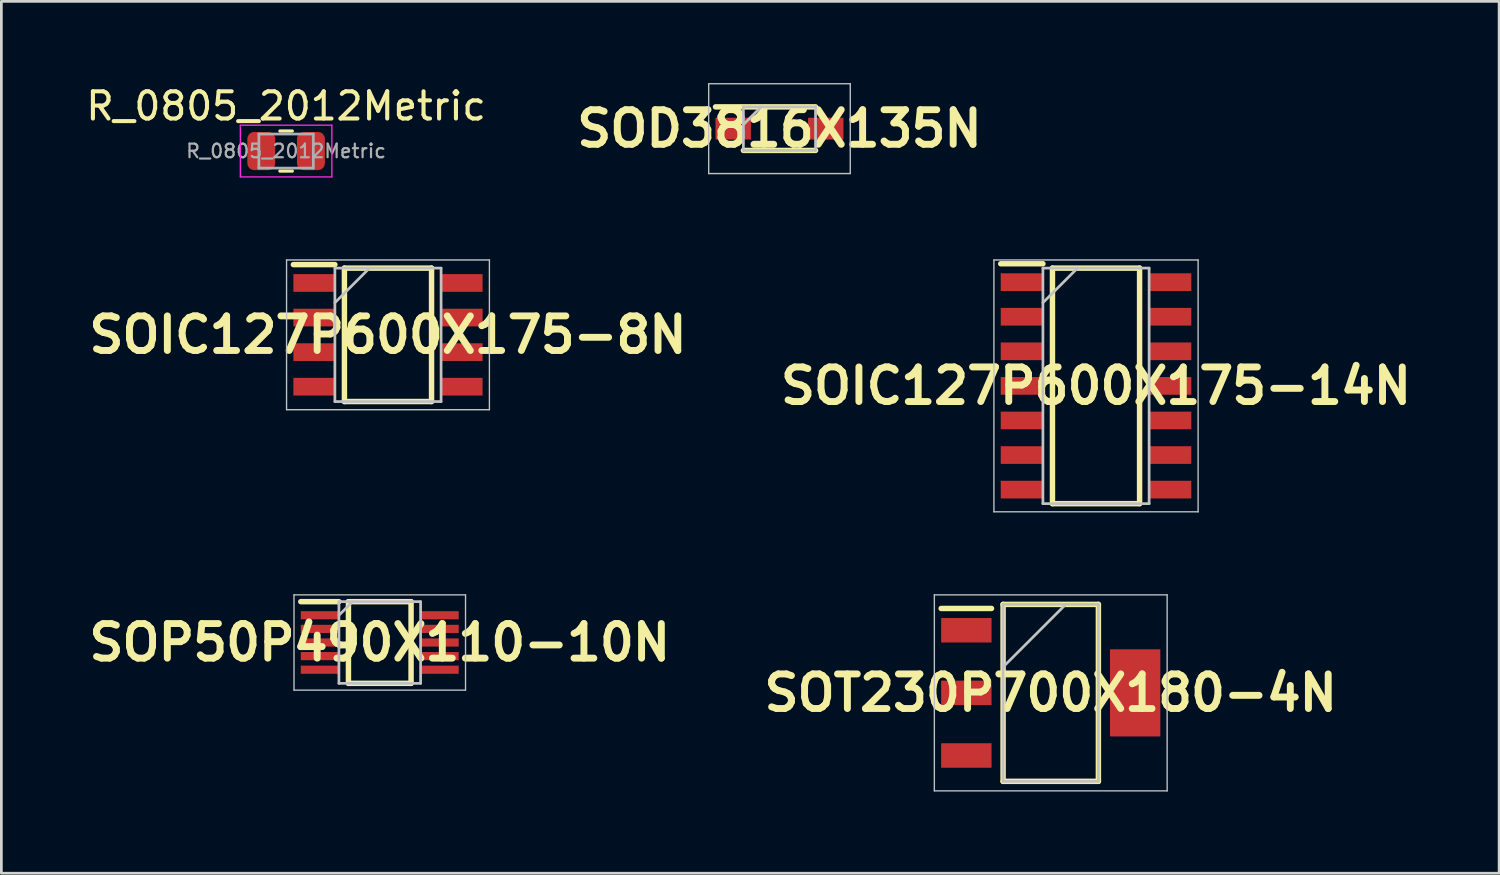
<source format=kicad_pcb>
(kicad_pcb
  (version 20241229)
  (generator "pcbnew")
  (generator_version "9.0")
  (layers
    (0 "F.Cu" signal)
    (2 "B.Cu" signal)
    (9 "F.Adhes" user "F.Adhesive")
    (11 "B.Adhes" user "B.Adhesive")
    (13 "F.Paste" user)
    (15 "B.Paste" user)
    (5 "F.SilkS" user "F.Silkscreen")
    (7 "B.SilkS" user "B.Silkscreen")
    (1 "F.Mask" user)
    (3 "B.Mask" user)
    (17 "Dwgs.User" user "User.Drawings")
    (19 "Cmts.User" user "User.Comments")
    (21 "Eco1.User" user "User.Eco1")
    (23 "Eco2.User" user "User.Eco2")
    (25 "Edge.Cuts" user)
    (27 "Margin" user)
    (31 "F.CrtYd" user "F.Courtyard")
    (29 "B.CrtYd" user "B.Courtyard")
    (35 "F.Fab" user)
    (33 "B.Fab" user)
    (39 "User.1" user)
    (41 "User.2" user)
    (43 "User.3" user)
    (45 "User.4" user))
  (footprint "R_0805_2012Metric"
    (layer "F.Cu")
    (at 7.458 2.498)
    (property "Reference" "R_0805_2012Metric" (at 0 -1.65 0) (layer "F.SilkS") (effects (font (size 1 1) (thickness 0.15))))
    (attr smd)
    (fp_line (start -0.227 -0.735) (end 0.227 -0.735) (stroke (width 0.12) (type solid)) (layer "F.SilkS"))
    (fp_line (start -0.227 0.735) (end 0.227 0.735) (stroke (width 0.12) (type solid)) (layer "F.SilkS"))
    (fp_line (start -1.68 -0.95) (end 1.68 -0.95) (stroke (width 0.05) (type solid)) (layer "F.CrtYd"))
    (fp_line (start -1.68 0.95) (end -1.68 -0.95) (stroke (width 0.05) (type solid)) (layer "F.CrtYd"))
    (fp_line (start 1.68 -0.95) (end 1.68 0.95) (stroke (width 0.05) (type solid)) (layer "F.CrtYd"))
    (fp_line (start 1.68 0.95) (end -1.68 0.95) (stroke (width 0.05) (type solid)) (layer "F.CrtYd"))
    (fp_line (start -1 -0.625) (end 1 -0.625) (stroke (width 0.1) (type solid)) (layer "F.Fab"))
    (fp_line (start -1 0.625) (end -1 -0.625) (stroke (width 0.1) (type solid)) (layer "F.Fab"))
    (fp_line (start 1 -0.625) (end 1 0.625) (stroke (width 0.1) (type solid)) (layer "F.Fab"))
    (fp_line (start 1 0.625) (end -1 0.625) (stroke (width 0.1) (type solid)) (layer "F.Fab"))
    (fp_text user "${REFERENCE}" (at 0 0 0) (layer "F.Fab") (effects (font (size 0.5 0.5) (thickness 0.08))))
    (pad "1" smd roundrect (at -0.912 0) (size 1.025 1.4) (layers "F.Cu" "F.Mask" "F.Paste") (roundrect_rratio 0.244))
    (pad "2" smd roundrect (at 0.912 0) (size 1.025 1.4) (layers "F.Cu" "F.Mask" "F.Paste") (roundrect_rratio 0.244)))
  (footprint "SOT230P700X180-4N"
    (layer "F.Cu")
    (at 35.542 22.398)
    (property "Reference" "SOT230P700X180-4N" (at 0 0 0) (layer "F.SilkS") (effects (font (size 1.27 1.27) (thickness 0.254))))
    (attr smd)
    (fp_line (start -4.025 -3.1) (end -2.175 -3.1) (stroke (width 0.2) (type solid)) (layer "F.SilkS"))
    (fp_line (start -1.75 -3.25) (end 1.75 -3.25) (stroke (width 0.2) (type solid)) (layer "F.SilkS"))
    (fp_line (start -1.75 3.25) (end -1.75 -3.25) (stroke (width 0.2) (type solid)) (layer "F.SilkS"))
    (fp_line (start 1.75 -3.25) (end 1.75 3.25) (stroke (width 0.2) (type solid)) (layer "F.SilkS"))
    (fp_line (start 1.75 3.25) (end -1.75 3.25) (stroke (width 0.2) (type solid)) (layer "F.SilkS"))
    (fp_line (start -4.275 -3.6) (end 4.275 -3.6) (stroke (width 0.05) (type solid)) (layer "Dwgs.User"))
    (fp_line (start -4.275 3.6) (end -4.275 -3.6) (stroke (width 0.05) (type solid)) (layer "Dwgs.User"))
    (fp_line (start -1.75 -3.25) (end 1.75 -3.25) (stroke (width 0.1) (type solid)) (layer "Dwgs.User"))
    (fp_line (start -1.75 -0.95) (end 0.55 -3.25) (stroke (width 0.1) (type solid)) (layer "Dwgs.User"))
    (fp_line (start -1.75 3.25) (end -1.75 -3.25) (stroke (width 0.1) (type solid)) (layer "Dwgs.User"))
    (fp_line (start 1.75 -3.25) (end 1.75 3.25) (stroke (width 0.1) (type solid)) (layer "Dwgs.User"))
    (fp_line (start 1.75 3.25) (end -1.75 3.25) (stroke (width 0.1) (type solid)) (layer "Dwgs.User"))
    (fp_line (start 4.275 -3.6) (end 4.275 3.6) (stroke (width 0.05) (type solid)) (layer "Dwgs.User"))
    (fp_line (start 4.275 3.6) (end -4.275 3.6) (stroke (width 0.05) (type solid)) (layer "Dwgs.User"))
    (pad "1" smd rect (at -3.1 -2.3 90) (size 0.9 1.85) (layers "F.Cu" "F.Mask" "F.Paste"))
    (pad "2" smd rect (at -3.1 0 90) (size 0.9 1.85) (layers "F.Cu" "F.Mask" "F.Paste"))
    (pad "3" smd rect (at -3.1 2.3 90) (size 0.9 1.85) (layers "F.Cu" "F.Mask" "F.Paste"))
    (pad "4" smd rect (at 3.1 0) (size 1.85 3.2) (layers "F.Cu" "F.Mask" "F.Paste")))
  (footprint "SOIC127P600X175-8N"
    (layer "F.Cu")
    (at 11.2 9.248)
    (property "Reference" "SOIC127P600X175-8N" (at 0 0 0) (layer "F.SilkS") (effects (font (size 1.27 1.27) (thickness 0.254))))
    (attr smd)
    (fp_line (start -3.475 -2.58) (end -1.95 -2.58) (stroke (width 0.2) (type solid)) (layer "F.SilkS"))
    (fp_line (start -1.6 -2.45) (end 1.6 -2.45) (stroke (width 0.2) (type solid)) (layer "F.SilkS"))
    (fp_line (start -1.6 2.45) (end -1.6 -2.45) (stroke (width 0.2) (type solid)) (layer "F.SilkS"))
    (fp_line (start 1.6 -2.45) (end 1.6 2.45) (stroke (width 0.2) (type solid)) (layer "F.SilkS"))
    (fp_line (start 1.6 2.45) (end -1.6 2.45) (stroke (width 0.2) (type solid)) (layer "F.SilkS"))
    (fp_line (start -3.725 -2.75) (end 3.725 -2.75) (stroke (width 0.05) (type solid)) (layer "Dwgs.User"))
    (fp_line (start -3.725 2.75) (end -3.725 -2.75) (stroke (width 0.05) (type solid)) (layer "Dwgs.User"))
    (fp_line (start -1.95 -2.45) (end 1.95 -2.45) (stroke (width 0.1) (type solid)) (layer "Dwgs.User"))
    (fp_line (start -1.95 -1.18) (end -0.68 -2.45) (stroke (width 0.1) (type solid)) (layer "Dwgs.User"))
    (fp_line (start -1.95 2.45) (end -1.95 -2.45) (stroke (width 0.1) (type solid)) (layer "Dwgs.User"))
    (fp_line (start 1.95 -2.45) (end 1.95 2.45) (stroke (width 0.1) (type solid)) (layer "Dwgs.User"))
    (fp_line (start 1.95 2.45) (end -1.95 2.45) (stroke (width 0.1) (type solid)) (layer "Dwgs.User"))
    (fp_line (start 3.725 -2.75) (end 3.725 2.75) (stroke (width 0.05) (type solid)) (layer "Dwgs.User"))
    (fp_line (start 3.725 2.75) (end -3.725 2.75) (stroke (width 0.05) (type solid)) (layer "Dwgs.User"))
    (pad "1" smd rect (at -2.712 -1.905 90) (size 0.65 1.525) (layers "F.Cu" "F.Mask" "F.Paste"))
    (pad "2" smd rect (at -2.712 -0.635 90) (size 0.65 1.525) (layers "F.Cu" "F.Mask" "F.Paste"))
    (pad "3" smd rect (at -2.712 0.635 90) (size 0.65 1.525) (layers "F.Cu" "F.Mask" "F.Paste"))
    (pad "4" smd rect (at -2.712 1.905 90) (size 0.65 1.525) (layers "F.Cu" "F.Mask" "F.Paste"))
    (pad "5" smd rect (at 2.712 1.905 90) (size 0.65 1.525) (layers "F.Cu" "F.Mask" "F.Paste"))
    (pad "6" smd rect (at 2.712 0.635 90) (size 0.65 1.525) (layers "F.Cu" "F.Mask" "F.Paste"))
    (pad "7" smd rect (at 2.712 -0.635 90) (size 0.65 1.525) (layers "F.Cu" "F.Mask" "F.Paste"))
    (pad "8" smd rect (at 2.712 -1.905 90) (size 0.65 1.525) (layers "F.Cu" "F.Mask" "F.Paste")))
  (footprint "SOD3816X135N"
    (layer "F.Cu")
    (at 25.579 1.675)
    (property "Reference" "SOD3816X135N" (at 0 0 0) (layer "F.SilkS") (effects (font (size 1.27 1.27) (thickness 0.254))))
    (attr smd)
    (fp_line (start -2.35 -0.8) (end 1.325 -0.8) (stroke (width 0.2) (type solid)) (layer "F.SilkS"))
    (fp_line (start -1.325 0.8) (end 1.325 0.8) (stroke (width 0.2) (type solid)) (layer "F.SilkS"))
    (fp_line (start -2.6 -1.65) (end 2.6 -1.65) (stroke (width 0.05) (type solid)) (layer "Dwgs.User"))
    (fp_line (start -2.6 1.65) (end -2.6 -1.65) (stroke (width 0.05) (type solid)) (layer "Dwgs.User"))
    (fp_line (start -1.325 -0.8) (end 1.325 -0.8) (stroke (width 0.1) (type solid)) (layer "Dwgs.User"))
    (fp_line (start -1.325 -0.15) (end -0.675 -0.8) (stroke (width 0.1) (type solid)) (layer "Dwgs.User"))
    (fp_line (start -1.325 0.8) (end -1.325 -0.8) (stroke (width 0.1) (type solid)) (layer "Dwgs.User"))
    (fp_line (start 1.325 -0.8) (end 1.325 0.8) (stroke (width 0.1) (type solid)) (layer "Dwgs.User"))
    (fp_line (start 1.325 0.8) (end -1.325 0.8) (stroke (width 0.1) (type solid)) (layer "Dwgs.User"))
    (fp_line (start 2.6 -1.65) (end 2.6 1.65) (stroke (width 0.05) (type solid)) (layer "Dwgs.User"))
    (fp_line (start 2.6 1.65) (end -2.6 1.65) (stroke (width 0.05) (type solid)) (layer "Dwgs.User"))
    (pad "1" smd rect (at -1.7 0 90) (size 0.8 1.3) (layers "F.Cu" "F.Mask" "F.Paste"))
    (pad "2" smd rect (at 1.7 0 90) (size 0.8 1.3) (layers "F.Cu" "F.Mask" "F.Paste")))
  (footprint "SOIC127P600X175-14N"
    (layer "F.Cu")
    (at 37.205 11.123)
    (property "Reference" "SOIC127P600X175-14N" (at 0 0 0) (layer "F.SilkS") (effects (font (size 1.27 1.27) (thickness 0.254))))
    (attr smd)
    (fp_line (start -3.5 -4.485) (end -1.95 -4.485) (stroke (width 0.2) (type solid)) (layer "F.SilkS"))
    (fp_line (start -1.6 -4.325) (end 1.6 -4.325) (stroke (width 0.2) (type solid)) (layer "F.SilkS"))
    (fp_line (start -1.6 4.325) (end -1.6 -4.325) (stroke (width 0.2) (type solid)) (layer "F.SilkS"))
    (fp_line (start 1.6 -4.325) (end 1.6 4.325) (stroke (width 0.2) (type solid)) (layer "F.SilkS"))
    (fp_line (start 1.6 4.325) (end -1.6 4.325) (stroke (width 0.2) (type solid)) (layer "F.SilkS"))
    (fp_line (start -3.75 -4.625) (end 3.75 -4.625) (stroke (width 0.05) (type solid)) (layer "Dwgs.User"))
    (fp_line (start -3.75 4.625) (end -3.75 -4.625) (stroke (width 0.05) (type solid)) (layer "Dwgs.User"))
    (fp_line (start -1.95 -4.325) (end 1.95 -4.325) (stroke (width 0.1) (type solid)) (layer "Dwgs.User"))
    (fp_line (start -1.95 -3.055) (end -0.68 -4.325) (stroke (width 0.1) (type solid)) (layer "Dwgs.User"))
    (fp_line (start -1.95 4.325) (end -1.95 -4.325) (stroke (width 0.1) (type solid)) (layer "Dwgs.User"))
    (fp_line (start 1.95 -4.325) (end 1.95 4.325) (stroke (width 0.1) (type solid)) (layer "Dwgs.User"))
    (fp_line (start 1.95 4.325) (end -1.95 4.325) (stroke (width 0.1) (type solid)) (layer "Dwgs.User"))
    (fp_line (start 3.75 -4.625) (end 3.75 4.625) (stroke (width 0.05) (type solid)) (layer "Dwgs.User"))
    (fp_line (start 3.75 4.625) (end -3.75 4.625) (stroke (width 0.05) (type solid)) (layer "Dwgs.User"))
    (pad "1" smd rect (at -2.725 -3.81 90) (size 0.65 1.55) (layers "F.Cu" "F.Mask" "F.Paste"))
    (pad "2" smd rect (at -2.725 -2.54 90) (size 0.65 1.55) (layers "F.Cu" "F.Mask" "F.Paste"))
    (pad "3" smd rect (at -2.725 -1.27 90) (size 0.65 1.55) (layers "F.Cu" "F.Mask" "F.Paste"))
    (pad "4" smd rect (at -2.725 0 90) (size 0.65 1.55) (layers "F.Cu" "F.Mask" "F.Paste"))
    (pad "5" smd rect (at -2.725 1.27 90) (size 0.65 1.55) (layers "F.Cu" "F.Mask" "F.Paste"))
    (pad "6" smd rect (at -2.725 2.54 90) (size 0.65 1.55) (layers "F.Cu" "F.Mask" "F.Paste"))
    (pad "7" smd rect (at -2.725 3.81 90) (size 0.65 1.55) (layers "F.Cu" "F.Mask" "F.Paste"))
    (pad "8" smd rect (at 2.725 3.81 90) (size 0.65 1.55) (layers "F.Cu" "F.Mask" "F.Paste"))
    (pad "9" smd rect (at 2.725 2.54 90) (size 0.65 1.55) (layers "F.Cu" "F.Mask" "F.Paste"))
    (pad "10" smd rect (at 2.725 1.27 90) (size 0.65 1.55) (layers "F.Cu" "F.Mask" "F.Paste"))
    (pad "11" smd rect (at 2.725 0 90) (size 0.65 1.55) (layers "F.Cu" "F.Mask" "F.Paste"))
    (pad "12" smd rect (at 2.725 -1.27 90) (size 0.65 1.55) (layers "F.Cu" "F.Mask" "F.Paste"))
    (pad "13" smd rect (at 2.725 -2.54 90) (size 0.65 1.55) (layers "F.Cu" "F.Mask" "F.Paste"))
    (pad "14" smd rect (at 2.725 -3.81 90) (size 0.65 1.55) (layers "F.Cu" "F.Mask" "F.Paste")))
  (footprint "SOP50P490X110-10N"
    (layer "F.Cu")
    (at 10.898 20.548)
    (property "Reference" "SOP50P490X110-10N" (at 0 0 0) (layer "F.SilkS") (effects (font (size 1.27 1.27) (thickness 0.254))))
    (attr smd)
    (fp_line (start -2.9 -1.5) (end -1.5 -1.5) (stroke (width 0.2) (type solid)) (layer "F.SilkS"))
    (fp_line (start -1.15 -1.5) (end 1.15 -1.5) (stroke (width 0.2) (type solid)) (layer "F.SilkS"))
    (fp_line (start -1.15 1.5) (end -1.15 -1.5) (stroke (width 0.2) (type solid)) (layer "F.SilkS"))
    (fp_line (start 1.15 -1.5) (end 1.15 1.5) (stroke (width 0.2) (type solid)) (layer "F.SilkS"))
    (fp_line (start 1.15 1.5) (end -1.15 1.5) (stroke (width 0.2) (type solid)) (layer "F.SilkS"))
    (fp_line (start -3.15 -1.75) (end 3.15 -1.75) (stroke (width 0.05) (type solid)) (layer "Dwgs.User"))
    (fp_line (start -3.15 1.75) (end -3.15 -1.75) (stroke (width 0.05) (type solid)) (layer "Dwgs.User"))
    (fp_line (start -1.5 -1.5) (end 1.5 -1.5) (stroke (width 0.1) (type solid)) (layer "Dwgs.User"))
    (fp_line (start -1.5 -1) (end -1 -1.5) (stroke (width 0.1) (type solid)) (layer "Dwgs.User"))
    (fp_line (start -1.5 1.5) (end -1.5 -1.5) (stroke (width 0.1) (type solid)) (layer "Dwgs.User"))
    (fp_line (start 1.5 -1.5) (end 1.5 1.5) (stroke (width 0.1) (type solid)) (layer "Dwgs.User"))
    (fp_line (start 1.5 1.5) (end -1.5 1.5) (stroke (width 0.1) (type solid)) (layer "Dwgs.User"))
    (fp_line (start 3.15 -1.75) (end 3.15 1.75) (stroke (width 0.05) (type solid)) (layer "Dwgs.User"))
    (fp_line (start 3.15 1.75) (end -3.15 1.75) (stroke (width 0.05) (type solid)) (layer "Dwgs.User"))
    (pad "1" smd rect (at -2.2 -1 90) (size 0.3 1.4) (layers "F.Cu" "F.Mask" "F.Paste"))
    (pad "2" smd rect (at -2.2 -0.5 90) (size 0.3 1.4) (layers "F.Cu" "F.Mask" "F.Paste"))
    (pad "3" smd rect (at -2.2 0 90) (size 0.3 1.4) (layers "F.Cu" "F.Mask" "F.Paste"))
    (pad "4" smd rect (at -2.2 0.5 90) (size 0.3 1.4) (layers "F.Cu" "F.Mask" "F.Paste"))
    (pad "5" smd rect (at -2.2 1 90) (size 0.3 1.4) (layers "F.Cu" "F.Mask" "F.Paste"))
    (pad "6" smd rect (at 2.2 1 90) (size 0.3 1.4) (layers "F.Cu" "F.Mask" "F.Paste"))
    (pad "7" smd rect (at 2.2 0.5 90) (size 0.3 1.4) (layers "F.Cu" "F.Mask" "F.Paste"))
    (pad "8" smd rect (at 2.2 0 90) (size 0.3 1.4) (layers "F.Cu" "F.Mask" "F.Paste"))
    (pad "9" smd rect (at 2.2 -0.5 90) (size 0.3 1.4) (layers "F.Cu" "F.Mask" "F.Paste"))
    (pad "10" smd rect (at 2.2 -1 90) (size 0.3 1.4) (layers "F.Cu" "F.Mask" "F.Paste")))
  (gr_rect
    (start -3 -3)
    (end 52.01 29.023)
    (stroke (width 0.1) (type default))
    (fill no)
    (layer "Edge.Cuts")))
</source>
